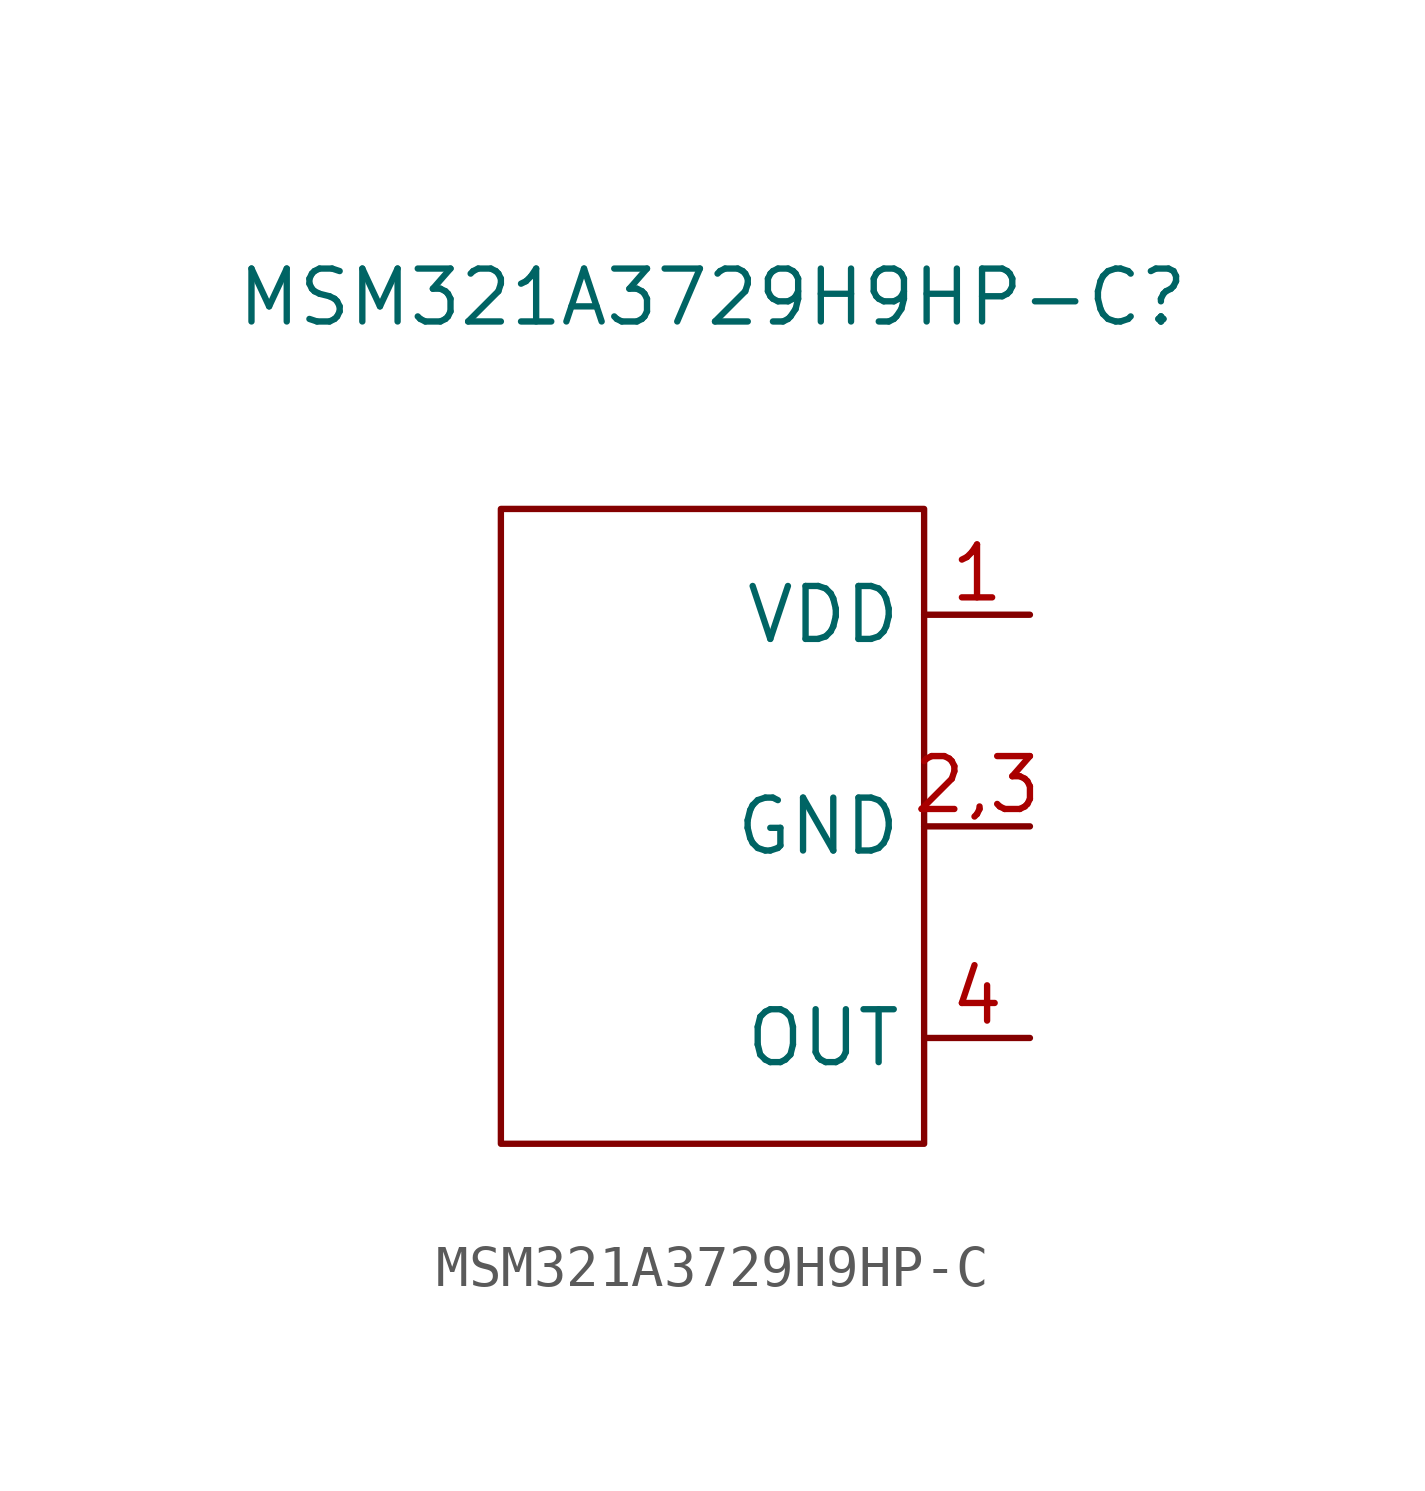
<source format=kicad_sym>
(kicad_symbol_lib
  (version 20231120)
  (generator "kicad_symbol_editor")
  (generator_version "8.0")
  (symbol "MSM321A3729H9HP-C"
    (property "Reference" "MSM321A3729H9HP-C"
      (at 0 12.7 0)
      (effects (font (size 1.27 1.27))))
    (property "Value" ""
      (at 0 0 0)
      (effects (font (size 1.27 1.27))))
    (symbol "MSM321A3729H9HP-C_0_1"
      (rectangle (start -5.08 7.62) (end 5.08 -7.62) (stroke (width 0) (type default)) (fill (type none))))
    (symbol "MSM321A3729H9HP-C_1_1"
      (pin power_in line (at 7.62 5.08 180) (length 2.54) (name "VDD" (effects (font (size 1.27 1.27)))) (number "1" (effects (font (size 1.27 1.27)))))
      (pin power_in line (at 7.62 0 180) (length 2.54) (name "GND" (effects (font (size 1.27 1.27)))) (number "2,3" (effects (font (size 1.27 1.27)))))
      (pin output line (at 7.62 -5.08 180) (length 2.54) (name "OUT" (effects (font (size 1.27 1.27)))) (number "4" (effects (font (size 1.27 1.27))))))))
</source>
